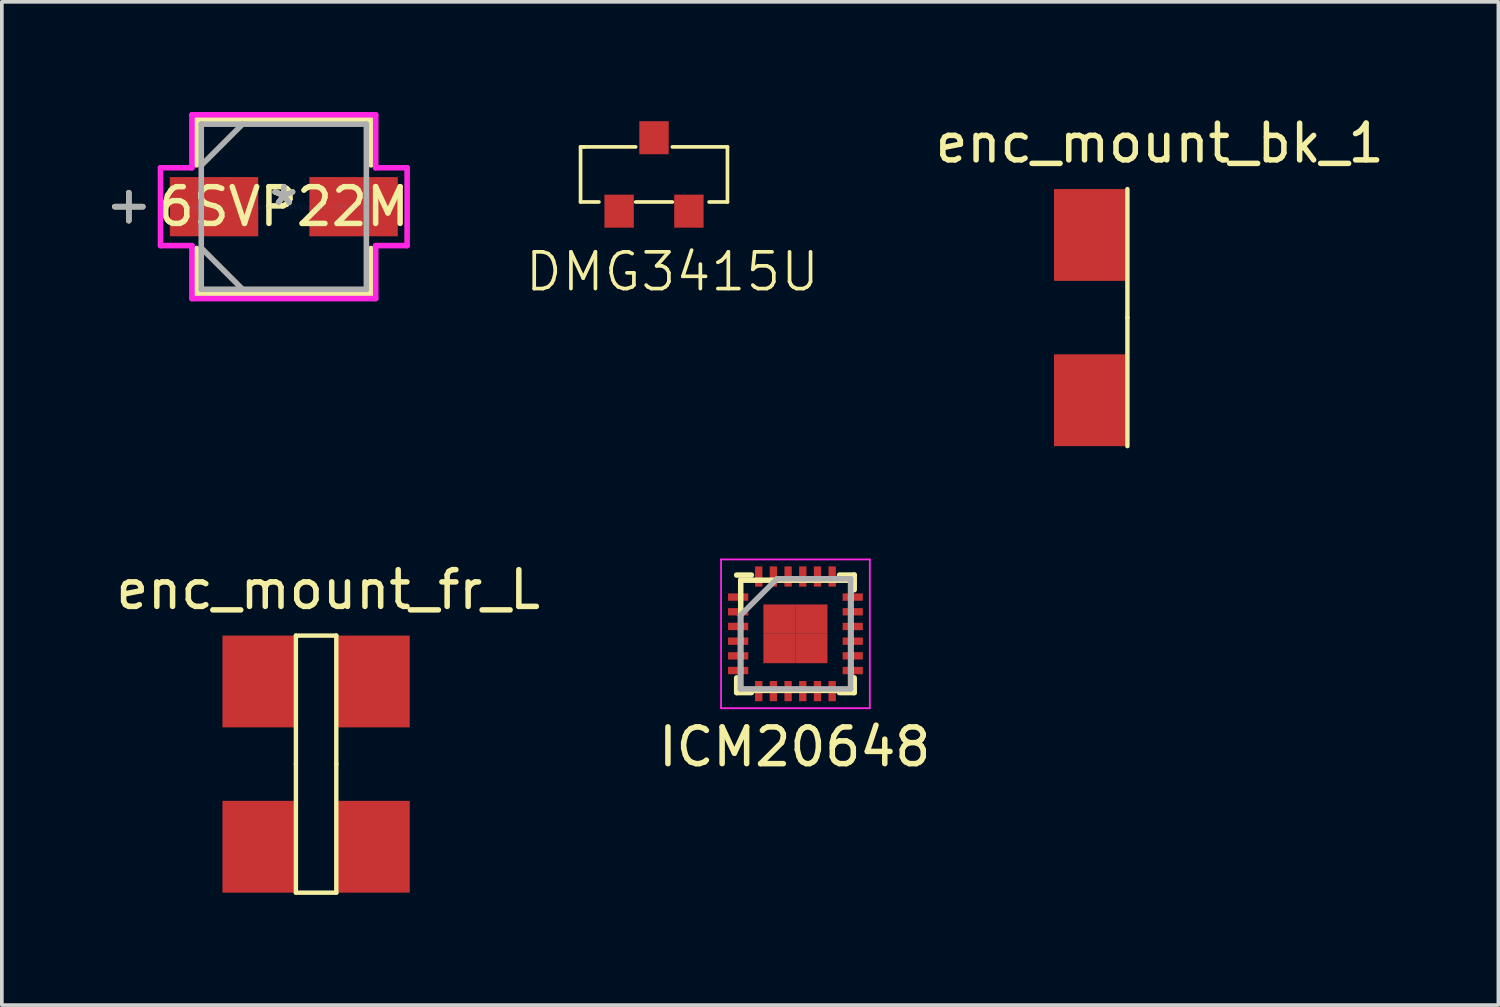
<source format=kicad_pcb>
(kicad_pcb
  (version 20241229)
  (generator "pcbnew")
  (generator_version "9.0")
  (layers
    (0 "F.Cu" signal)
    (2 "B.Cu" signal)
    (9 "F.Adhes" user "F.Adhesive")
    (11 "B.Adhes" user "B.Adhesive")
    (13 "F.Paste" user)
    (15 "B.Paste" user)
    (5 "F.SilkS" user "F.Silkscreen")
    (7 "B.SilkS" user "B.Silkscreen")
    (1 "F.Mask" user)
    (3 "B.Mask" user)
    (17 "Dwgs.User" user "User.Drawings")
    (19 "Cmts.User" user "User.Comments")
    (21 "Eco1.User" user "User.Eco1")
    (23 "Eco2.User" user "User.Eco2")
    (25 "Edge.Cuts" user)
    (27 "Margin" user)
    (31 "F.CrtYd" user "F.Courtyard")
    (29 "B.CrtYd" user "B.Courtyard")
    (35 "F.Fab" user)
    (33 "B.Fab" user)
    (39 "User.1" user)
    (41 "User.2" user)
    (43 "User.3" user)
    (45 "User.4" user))
  (footprint "enc_mount_bk_1"
    (layer "F.Cu")
    (at 28.198 5.598)
    (property "Reference" "enc_mount_bk_1" (at 0.33 -4.75 0) (layer "F.SilkS") (effects (font (size 1 1) (thickness 0.15))))
    (attr through_hole)
    (fp_line (start -0.55 0) (end -0.55 -3.5) (stroke (width 0.12) (type solid)) (layer "F.SilkS"))
    (fp_line (start -0.55 3.5) (end -0.55 0) (stroke (width 0.12) (type solid)) (layer "F.SilkS"))
    (pad "1" smd rect (at -1.55 -2.25) (size 2 2.5) (layers "F.Cu" "F.Mask" "F.Paste"))
    (pad "2" smd rect (at -1.55 2.25) (size 2 2.5) (layers "F.Cu" "F.Mask" "F.Paste")))
  (footprint "6SVP22M"
    (layer "F.Cu")
    (at 4.678 2.578)
    (property "Reference" "6SVP22M" (at 0 0 0) (layer "F.SilkS") (effects (font (size 1 1) (thickness 0.15))))
    (attr through_hole)
    (fp_line (start -4.221 -0.381) (end -4.221 0.381) (stroke (width 0.152) (type solid)) (layer "F.SilkS"))
    (fp_line (start -3.84 0) (end -4.602 0) (stroke (width 0.152) (type solid)) (layer "F.SilkS"))
    (fp_line (start -2.375 -2.375) (end -2.375 -1.139) (stroke (width 0.152) (type solid)) (layer "F.SilkS"))
    (fp_line (start -2.375 1.139) (end -2.375 2.375) (stroke (width 0.152) (type solid)) (layer "F.SilkS"))
    (fp_line (start -2.375 2.375) (end 2.375 2.375) (stroke (width 0.152) (type solid)) (layer "F.SilkS"))
    (fp_line (start 2.375 -2.375) (end -2.375 -2.375) (stroke (width 0.152) (type solid)) (layer "F.SilkS"))
    (fp_line (start 2.375 -1.139) (end 2.375 -2.375) (stroke (width 0.152) (type solid)) (layer "F.SilkS"))
    (fp_line (start 2.375 2.375) (end 2.375 1.139) (stroke (width 0.152) (type solid)) (layer "F.SilkS"))
    (fp_line (start -3.357 -1.06) (end -2.502 -1.06) (stroke (width 0.152) (type solid)) (layer "F.CrtYd"))
    (fp_line (start -3.357 1.06) (end -3.357 -1.06) (stroke (width 0.152) (type solid)) (layer "F.CrtYd"))
    (fp_line (start -2.502 -2.502) (end 2.502 -2.502) (stroke (width 0.152) (type solid)) (layer "F.CrtYd"))
    (fp_line (start -2.502 -1.06) (end -2.502 -2.502) (stroke (width 0.152) (type solid)) (layer "F.CrtYd"))
    (fp_line (start -2.502 1.06) (end -3.357 1.06) (stroke (width 0.152) (type solid)) (layer "F.CrtYd"))
    (fp_line (start -2.502 2.502) (end -2.502 1.06) (stroke (width 0.152) (type solid)) (layer "F.CrtYd"))
    (fp_line (start 2.502 -2.502) (end 2.502 -1.06) (stroke (width 0.152) (type solid)) (layer "F.CrtYd"))
    (fp_line (start 2.502 -1.06) (end 3.357 -1.06) (stroke (width 0.152) (type solid)) (layer "F.CrtYd"))
    (fp_line (start 2.502 1.06) (end 2.502 2.502) (stroke (width 0.152) (type solid)) (layer "F.CrtYd"))
    (fp_line (start 2.502 2.502) (end -2.502 2.502) (stroke (width 0.152) (type solid)) (layer "F.CrtYd"))
    (fp_line (start 3.357 -1.06) (end 3.357 1.06) (stroke (width 0.152) (type solid)) (layer "F.CrtYd"))
    (fp_line (start 3.357 1.06) (end 2.502 1.06) (stroke (width 0.152) (type solid)) (layer "F.CrtYd"))
    (fp_line (start -4.221 -0.381) (end -4.221 0.381) (stroke (width 0.152) (type solid)) (layer "F.Fab"))
    (fp_line (start -3.84 0) (end -4.602 0) (stroke (width 0.152) (type solid)) (layer "F.Fab"))
    (fp_line (start -2.248 -2.248) (end -2.248 2.248) (stroke (width 0.152) (type solid)) (layer "F.Fab"))
    (fp_line (start -2.248 -1.124) (end -1.124 -2.248) (stroke (width 0.152) (type solid)) (layer "F.Fab"))
    (fp_line (start -2.248 1.124) (end -1.124 2.248) (stroke (width 0.152) (type solid)) (layer "F.Fab"))
    (fp_line (start -2.248 2.248) (end 2.248 2.248) (stroke (width 0.152) (type solid)) (layer "F.Fab"))
    (fp_line (start 2.248 -2.248) (end -2.248 -2.248) (stroke (width 0.152) (type solid)) (layer "F.Fab"))
    (fp_line (start 2.248 2.248) (end 2.248 -2.248) (stroke (width 0.152) (type solid)) (layer "F.Fab"))
    (fp_text user "*" (at 0 0 0) (layer "F.SilkS") (effects (font (size 1 1) (thickness 0.15))))
    (fp_text user "Copyright 2016 Accelerated Designs. All rights reserved." (at 0 0 0) (layer "Cmts.User") (effects (font (size 0.127 0.127) (thickness 0.002))))
    (fp_text user "*" (at 0 0 0) (layer "F.Fab") (effects (font (size 1 1) (thickness 0.15))))
    (pad "1" smd rect (at -1.9 0) (size 2.407 1.613) (layers "F.Cu" "F.Mask" "F.Paste"))
    (pad "2" smd rect (at 1.9 0) (size 2.407 1.613) (layers "F.Cu" "F.Mask" "F.Paste")))
  (footprint "enc_mount_fr_L"
    (layer "F.Cu")
    (at 5.557 17.756)
    (property "Reference" "enc_mount_fr_L" (at 0.33 -4.75 0) (layer "F.SilkS") (effects (font (size 1 1) (thickness 0.15))))
    (attr through_hole)
    (fp_line (start -0.55 -3.5) (end 0.55 -3.5) (stroke (width 0.12) (type solid)) (layer "F.SilkS"))
    (fp_line (start -0.55 0) (end -0.55 -3.5) (stroke (width 0.12) (type solid)) (layer "F.SilkS"))
    (fp_line (start -0.55 3.5) (end -0.55 0) (stroke (width 0.12) (type solid)) (layer "F.SilkS"))
    (fp_line (start 0.55 -3.5) (end 0.55 0) (stroke (width 0.12) (type solid)) (layer "F.SilkS"))
    (fp_line (start 0.55 0) (end 0.55 3.5) (stroke (width 0.12) (type solid)) (layer "F.SilkS"))
    (fp_line (start 0.55 3.5) (end -0.55 3.5) (stroke (width 0.12) (type solid)) (layer "F.SilkS"))
    (pad "1" smd rect (at -1.55 -2.25) (size 2 2.5) (layers "F.Cu" "F.Mask" "F.Paste"))
    (pad "2" smd rect (at -1.55 2.25) (size 2 2.5) (layers "F.Cu" "F.Mask" "F.Paste"))
    (pad "3" smd rect (at 1.55 -2.25) (size 2 2.5) (layers "F.Cu" "F.Mask" "F.Paste"))
    (pad "4" smd rect (at 1.55 2.25) (size 2 2.5) (layers "F.Cu" "F.Mask" "F.Paste")))
  (footprint "ICM20648"
    (layer "F.Cu")
    (at 18.619 14.248)
    (property "Reference" "ICM20648" (at -0.03 3.04 0) (layer "F.SilkS") (effects (font (size 1 1) (thickness 0.15))))
    (attr through_hole)
    (fp_line (start -1.61 -1.64) (end -1.21 -1.64) (stroke (width 0.15) (type solid)) (layer "F.SilkS"))
    (fp_line (start -1.61 1.56) (end -1.61 1.16) (stroke (width 0.15) (type solid)) (layer "F.SilkS"))
    (fp_line (start -1.61 1.56) (end -1.21 1.56) (stroke (width 0.15) (type solid)) (layer "F.SilkS"))
    (fp_line (start -1.5 -1.5) (end 1.5 -1.5) (stroke (width 0.15) (type solid)) (layer "F.SilkS"))
    (fp_line (start -1.5 1.5) (end -1.5 -1.5) (stroke (width 0.15) (type solid)) (layer "F.SilkS"))
    (fp_line (start 1.5 -1.5) (end 1.5 1.5) (stroke (width 0.15) (type solid)) (layer "F.SilkS"))
    (fp_line (start 1.5 1.5) (end -1.5 1.5) (stroke (width 0.15) (type solid)) (layer "F.SilkS"))
    (fp_line (start 1.59 -1.64) (end 1.19 -1.64) (stroke (width 0.15) (type solid)) (layer "F.SilkS"))
    (fp_line (start 1.59 -1.64) (end 1.59 -1.24) (stroke (width 0.15) (type solid)) (layer "F.SilkS"))
    (fp_line (start 1.59 1.56) (end 1.19 1.56) (stroke (width 0.15) (type solid)) (layer "F.SilkS"))
    (fp_line (start 1.59 1.56) (end 1.59 1.16) (stroke (width 0.15) (type solid)) (layer "F.SilkS"))
    (fp_line (start -2.035 -2.065) (end 2.015 -2.065) (stroke (width 0.05) (type solid)) (layer "F.CrtYd"))
    (fp_line (start -2.035 1.985) (end -2.035 -2.065) (stroke (width 0.05) (type solid)) (layer "F.CrtYd"))
    (fp_line (start 2.015 -2.065) (end 2.015 1.985) (stroke (width 0.05) (type solid)) (layer "F.CrtYd"))
    (fp_line (start 2.015 1.985) (end -2.035 1.985) (stroke (width 0.05) (type solid)) (layer "F.CrtYd"))
    (fp_line (start -1.51 -0.54) (end -0.51 -1.54) (stroke (width 0.15) (type solid)) (layer "F.Fab"))
    (fp_line (start -1.51 1.46) (end -1.51 -0.54) (stroke (width 0.15) (type solid)) (layer "F.Fab"))
    (fp_line (start -0.51 -1.54) (end 1.49 -1.54) (stroke (width 0.15) (type solid)) (layer "F.Fab"))
    (fp_line (start 1.49 -1.54) (end 1.49 1.46) (stroke (width 0.15) (type solid)) (layer "F.Fab"))
    (fp_line (start 1.49 1.46) (end -1.51 1.46) (stroke (width 0.15) (type solid)) (layer "F.Fab"))
    (pad "1" smd rect (at -1.57 -1.04) (size 0.55 0.2) (layers "F.Cu" "F.Mask" "F.Paste"))
    (pad "2" smd rect (at -1.57 -0.64) (size 0.55 0.2) (layers "F.Cu" "F.Mask" "F.Paste"))
    (pad "3" smd rect (at -1.57 -0.24) (size 0.55 0.2) (layers "F.Cu" "F.Mask" "F.Paste"))
    (pad "4" smd rect (at -1.57 0.16) (size 0.55 0.2) (layers "F.Cu" "F.Mask" "F.Paste"))
    (pad "5" smd rect (at -1.57 0.56) (size 0.55 0.2) (layers "F.Cu" "F.Mask" "F.Paste"))
    (pad "6" smd rect (at -1.57 0.96) (size 0.55 0.2) (layers "F.Cu" "F.Mask" "F.Paste"))
    (pad "7" smd rect (at -1.01 1.52 90) (size 0.55 0.2) (layers "F.Cu" "F.Mask" "F.Paste"))
    (pad "8" smd rect (at -0.61 1.52 90) (size 0.55 0.2) (layers "F.Cu" "F.Mask" "F.Paste"))
    (pad "9" smd rect (at -0.21 1.52 90) (size 0.55 0.2) (layers "F.Cu" "F.Mask" "F.Paste"))
    (pad "10" smd rect (at 0.19 1.52 90) (size 0.55 0.2) (layers "F.Cu" "F.Mask" "F.Paste"))
    (pad "11" smd rect (at 0.59 1.52 90) (size 0.55 0.2) (layers "F.Cu" "F.Mask" "F.Paste"))
    (pad "12" smd rect (at 0.99 1.52 90) (size 0.55 0.2) (layers "F.Cu" "F.Mask" "F.Paste"))
    (pad "13" smd rect (at 1.55 0.96) (size 0.55 0.2) (layers "F.Cu" "F.Mask" "F.Paste"))
    (pad "14" smd rect (at 1.55 0.56) (size 0.55 0.2) (layers "F.Cu" "F.Mask" "F.Paste"))
    (pad "15" smd rect (at 1.55 0.16) (size 0.55 0.2) (layers "F.Cu" "F.Mask" "F.Paste"))
    (pad "16" smd rect (at 1.55 -0.24) (size 0.55 0.2) (layers "F.Cu" "F.Mask" "F.Paste"))
    (pad "17" smd rect (at 1.55 -0.64) (size 0.55 0.2) (layers "F.Cu" "F.Mask" "F.Paste"))
    (pad "18" smd rect (at 1.55 -1.04) (size 0.55 0.2) (layers "F.Cu" "F.Mask" "F.Paste"))
    (pad "19" smd rect (at 0.99 -1.6 90) (size 0.55 0.2) (layers "F.Cu" "F.Mask" "F.Paste"))
    (pad "20" smd rect (at 0.59 -1.6 90) (size 0.55 0.2) (layers "F.Cu" "F.Mask" "F.Paste"))
    (pad "21" smd rect (at 0.19 -1.6 90) (size 0.55 0.2) (layers "F.Cu" "F.Mask" "F.Paste"))
    (pad "22" smd rect (at -0.21 -1.6 90) (size 0.55 0.2) (layers "F.Cu" "F.Mask" "F.Paste"))
    (pad "23" smd rect (at -0.61 -1.6 90) (size 0.55 0.2) (layers "F.Cu" "F.Mask" "F.Paste"))
    (pad "24" smd rect (at -1.01 -1.6 90) (size 0.55 0.2) (layers "F.Cu" "F.Mask" "F.Paste"))
    (pad "25" smd rect (at -0.445 -0.44) (size 0.875 0.8) (layers "F.Cu" "F.Mask" "F.Paste"))
    (pad "25" smd rect (at -0.445 0.36) (size 0.875 0.8) (layers "F.Cu" "F.Mask" "F.Paste"))
    (pad "25" smd rect (at 0.425 -0.44) (size 0.875 0.8) (layers "F.Cu" "F.Mask" "F.Paste"))
    (pad "25" smd rect (at 0.425 0.36) (size 0.875 0.8) (layers "F.Cu" "F.Mask" "F.Paste")))
  (footprint "DMG3415U"
    (layer "F.Cu")
    (at 14.758 0.25)
    (property "Reference" "DMG3415U" (at 0.5 4.1 0) (layer "F.SilkS") (effects (font (size 1 1) (thickness 0.1))))
    (attr through_hole)
    (fp_line (start -2 0.7) (end -2 2.2) (stroke (width 0.1) (type solid)) (layer "F.SilkS"))
    (fp_line (start -2 2.2) (end -1.5 2.2) (stroke (width 0.1) (type solid)) (layer "F.SilkS"))
    (fp_line (start -1.9 0.7) (end -2 0.7) (stroke (width 0.1) (type solid)) (layer "F.SilkS"))
    (fp_line (start -0.5 0.7) (end -1.9 0.7) (stroke (width 0.1) (type solid)) (layer "F.SilkS"))
    (fp_line (start -0.5 2.2) (end 0.5 2.2) (stroke (width 0.1) (type solid)) (layer "F.SilkS"))
    (fp_line (start 0.5 0.7) (end 2 0.7) (stroke (width 0.1) (type solid)) (layer "F.SilkS"))
    (fp_line (start 2 0.7) (end 2 2.2) (stroke (width 0.1) (type solid)) (layer "F.SilkS"))
    (fp_line (start 2 2.2) (end 1.5 2.2) (stroke (width 0.1) (type solid)) (layer "F.SilkS"))
    (pad "1" smd custom (at 0 0.45) (size 0.8 0.9) (layers "F.Cu" "F.Mask" "F.Paste") (options (anchor rect)) (primitives))
    (pad "2" smd custom (at 0.95 2.45) (size 0.8 0.9) (layers "F.Cu" "F.Mask" "F.Paste") (options (anchor rect)) (primitives))
    (pad "3" smd custom (at -0.95 2.45) (size 0.8 0.9) (layers "F.Cu" "F.Mask" "F.Paste") (options (anchor rect)) (primitives)))
  (gr_rect
    (start -3 -3)
    (end 37.749 24.317)
    (stroke (width 0.1) (type default))
    (fill no)
    (layer "Edge.Cuts")))
</source>
